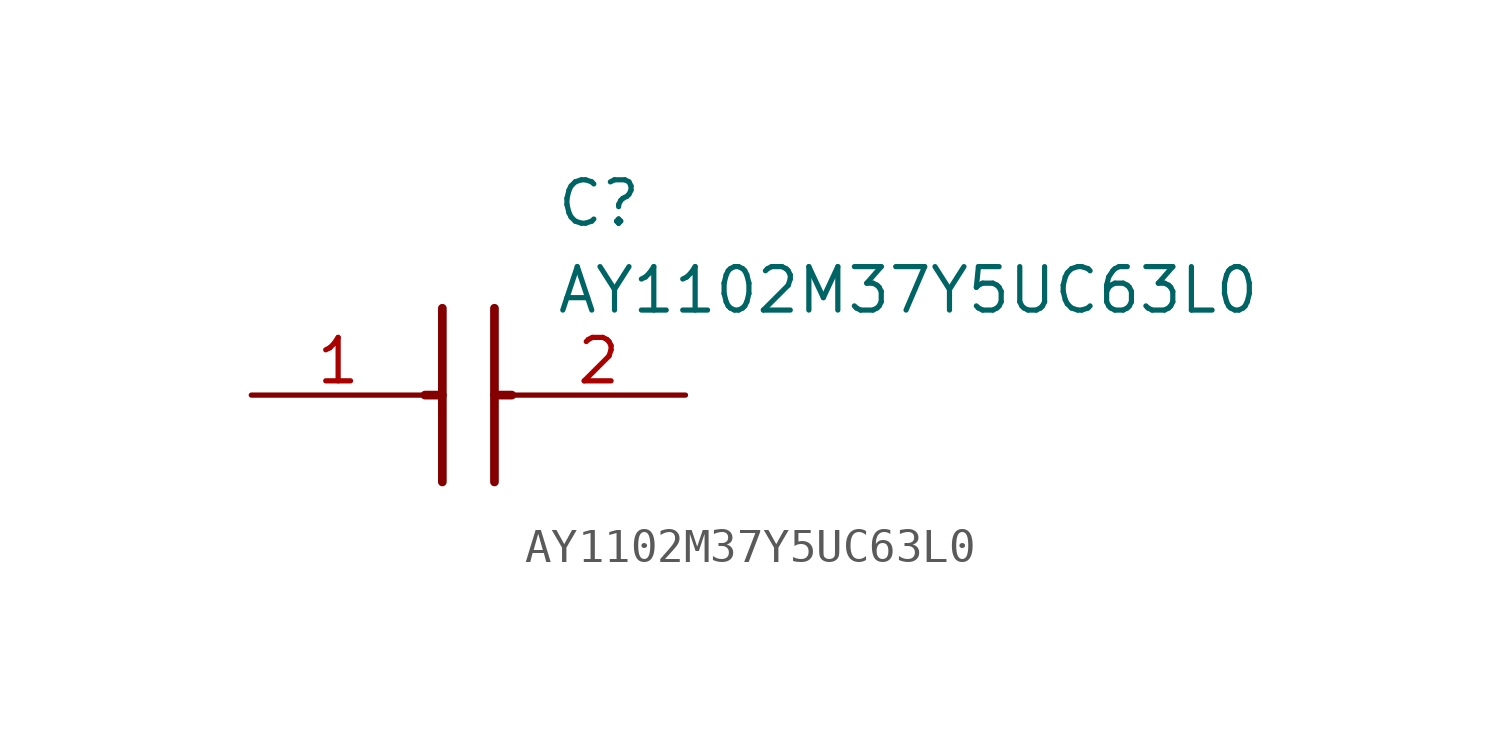
<source format=kicad_sym>
(kicad_symbol_lib
  (version 20211014)
  (generator SamacSys_ECAD_Model)
  (symbol "AY1102M37Y5UC63L0"
    (pin_names hide)
    (property "Reference" "C"
      (at 8.89 6.35 0)
      (effects (font (size 1.27 1.27)) (justify left top)))
    (property "Value" "AY1102M37Y5UC63L0"
      (at 8.89 3.81 0)
      (effects (font (size 1.27 1.27)) (justify left top)))
    (polyline
      (pts (xy 5.588 2.54) (xy 5.588 -2.54))
      (stroke (width 0.254) (type default))
      (fill (type none)))
    (polyline
      (pts (xy 7.112 2.54) (xy 7.112 -2.54))
      (stroke (width 0.254) (type default))
      (fill (type none)))
    (polyline
      (pts (xy 5.08 0) (xy 5.588 0))
      (stroke (width 0.254) (type default))
      (fill (type none)))
    (polyline
      (pts (xy 7.112 0) (xy 7.62 0))
      (stroke (width 0.254) (type default))
      (fill (type none)))
    (pin passive line
      (at 0 0 0)
      (length 5.08)
      (name "1" (effects (font (size 1.27 1.27))))
      (number "1" (effects (font (size 1.27 1.27)))))
    (pin passive line
      (at 12.7 0 180)
      (length 5.08)
      (name "2" (effects (font (size 1.27 1.27))))
      (number "2" (effects (font (size 1.27 1.27)))))))
</source>
